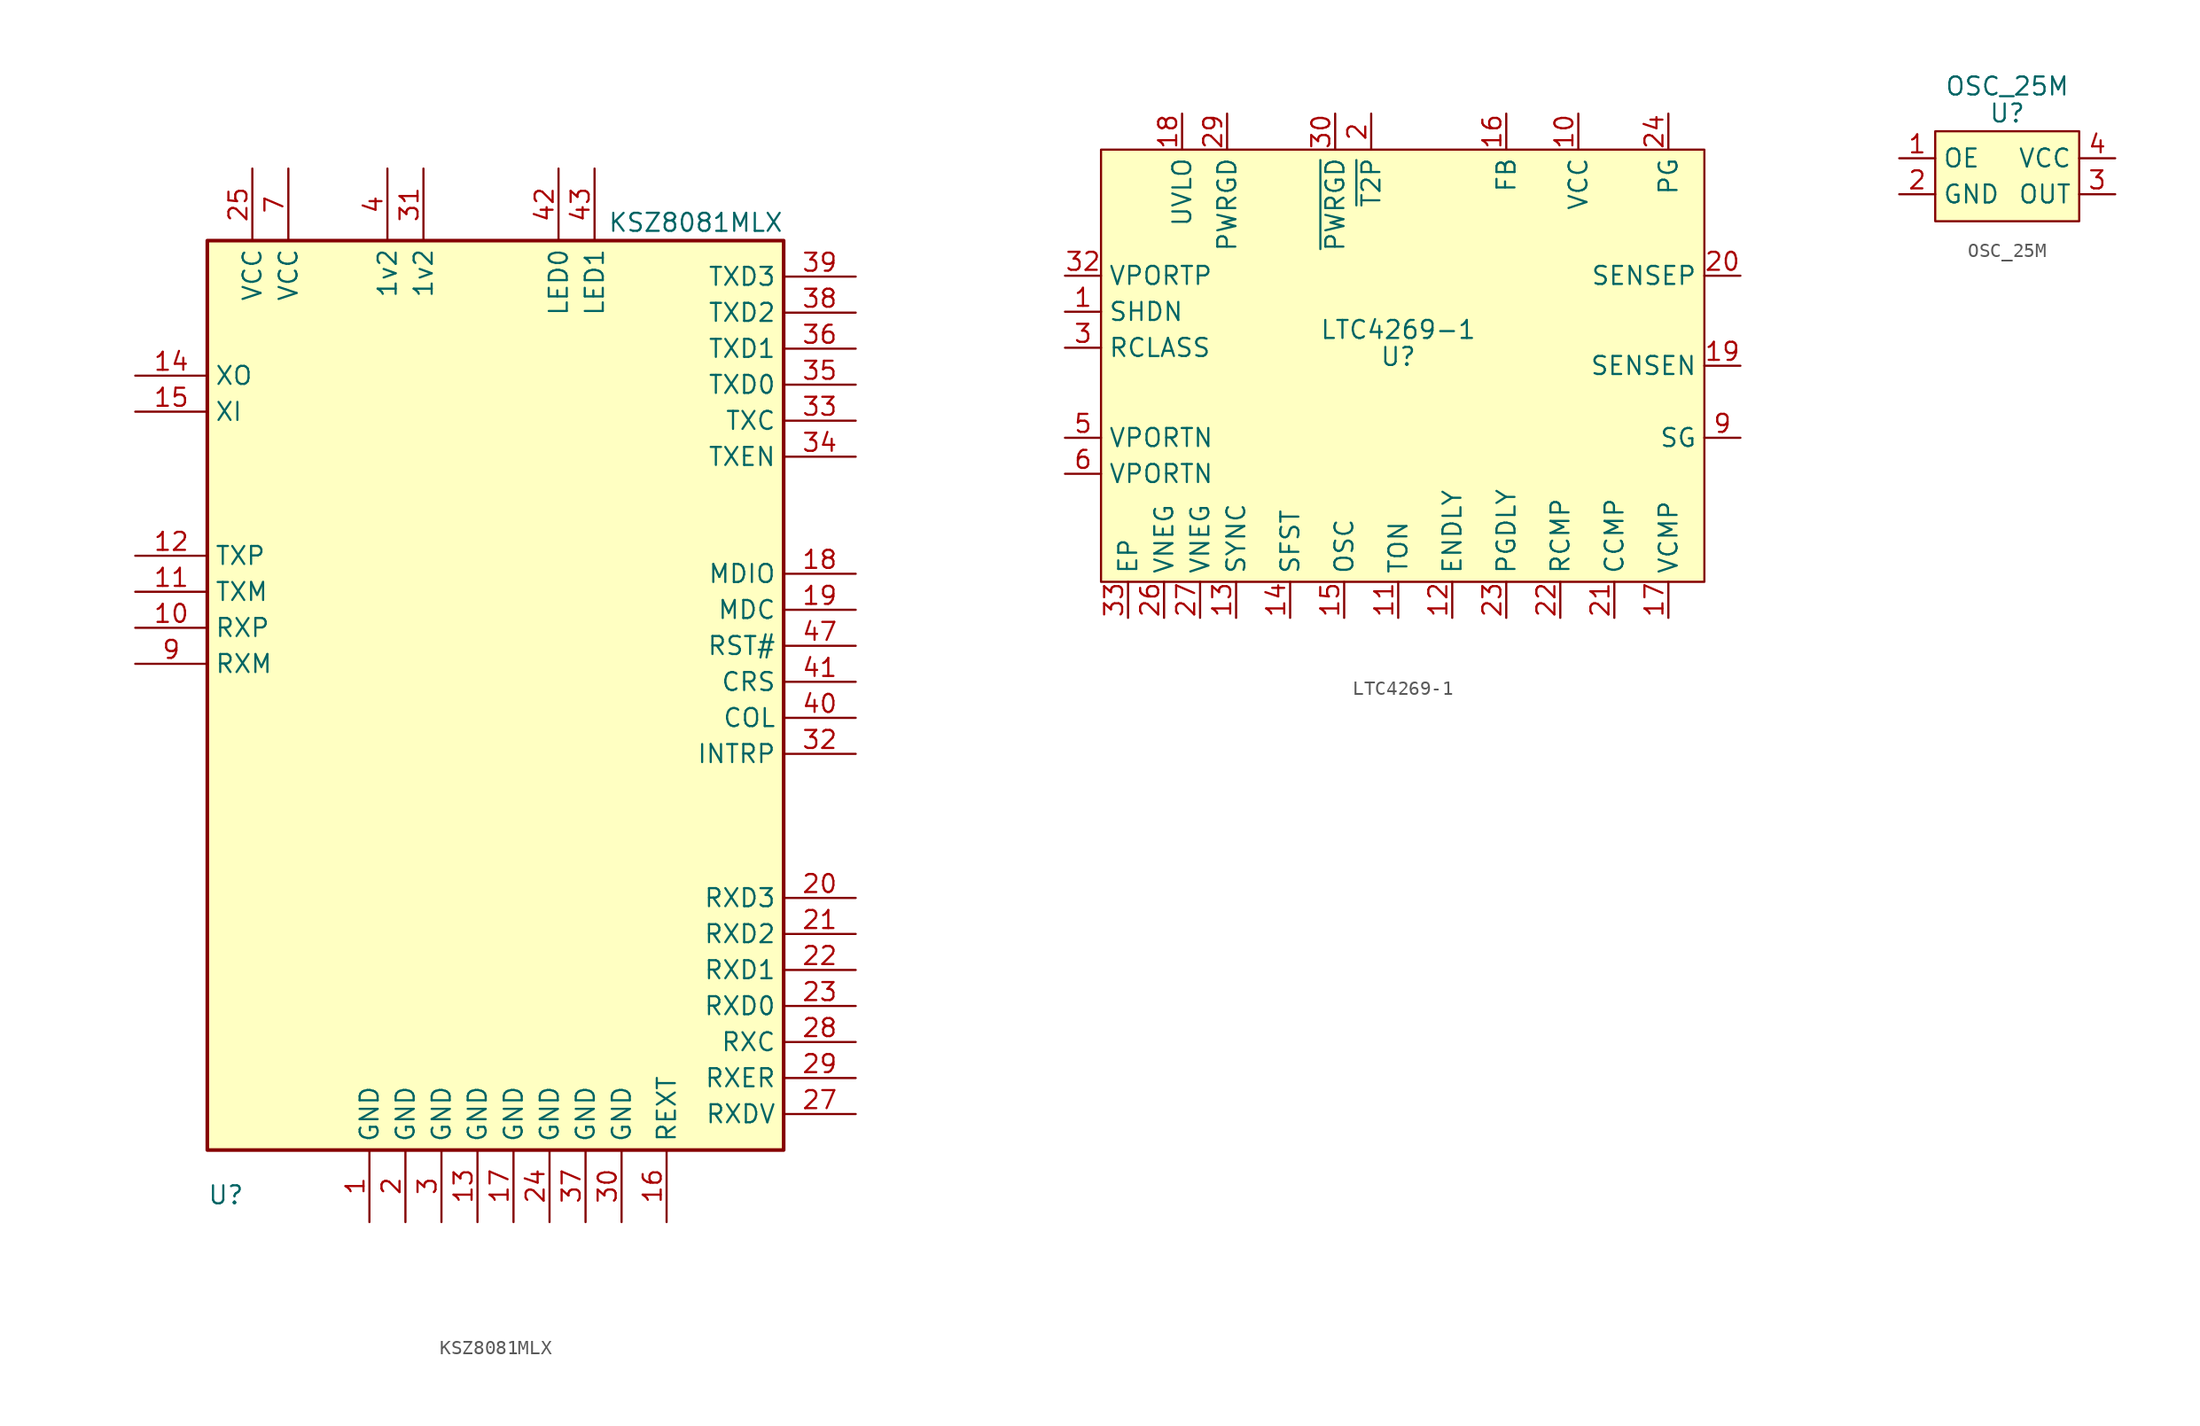
<source format=kicad_sym>
(kicad_symbol_lib
  (version 20200126)
  (host kicad_symbol_editor "5.99.0-unknown-4efed4b~101~ubuntu20.04.1")
  (symbol "h75_poe:KSZ8081MLX"
    (pin_names
      (offset 0.508))
    (property "Reference" "U"
      (at -20.32 -34.29 0)
      (effects (font (size 1.27 1.27)) (justify left)))
    (property "Value" "KSZ8081MLX"
      (at 20.32 34.29 0)
      (effects (font (size 1.27 1.27)) (justify right)))
    (symbol "KSZ8081MLX_0_0"
      (rectangle (start -20.32 33.02) (end 20.32 -31.115) (stroke (width 0.254)) (fill (type background))))
    (symbol "KSZ8081MLX_1_1"
      (pin power_in line (at -8.89 -36.195 90) (length 5.08) (name "GND") (number "1"))
      (pin power_in line (at -6.35 -36.195 90) (length 5.08) (name "GND") (number "2"))
      (pin power_in line (at -3.81 -36.195 90) (length 5.08) (name "GND") (number "3"))
      (pin power_in line (at -7.62 38.1 270) (length 5.08) (name "1v2") (number "4"))
      (pin unconnected line (at -15.24 -24.13 180) (length 5.08) (name "NC") (number "5") hide)
      (pin unconnected line (at -15.24 -21.59 180) (length 5.08) (name "NC") (number "6") hide)
      (pin power_in line (at -14.605 38.1 270) (length 5.08) (name "VCC") (number "7"))
      (pin unconnected line (at -15.24 -19.05 180) (length 5.08) (name "NC") (number "8") hide)
      (pin input line (at -25.4 3.175 0) (length 5.08) (name "RXM") (number "9"))
      (pin input line (at -25.4 5.715 0) (length 5.08) (name "RXP") (number "10"))
      (pin input line (at -25.4 8.255 0) (length 5.08) (name "TXM") (number "11"))
      (pin input line (at -25.4 10.795 0) (length 5.08) (name "TXP") (number "12"))
      (pin power_in line (at -1.27 -36.195 90) (length 5.08) (name "GND") (number "13"))
      (pin input line (at -25.4 23.495 0) (length 5.08) (name "XO") (number "14"))
      (pin input line (at -25.4 20.955 0) (length 5.08) (name "XI") (number "15"))
      (pin input line (at 12.065 -36.195 90) (length 5.08) (name "REXT") (number "16"))
      (pin power_in line (at 1.27 -36.195 90) (length 5.08) (name "GND") (number "17"))
      (pin input line (at 25.4 9.525 180) (length 5.08) (name "MDIO") (number "18"))
      (pin input line (at 25.4 6.985 180) (length 5.08) (name "MDC") (number "19"))
      (pin input line (at 25.4 -13.335 180) (length 5.08) (name "RXD3") (number "20"))
      (pin input line (at 25.4 -15.875 180) (length 5.08) (name "RXD2") (number "21"))
      (pin input line (at 25.4 -18.415 180) (length 5.08) (name "RXD1") (number "22"))
      (pin input line (at 25.4 -20.955 180) (length 5.08) (name "RXD0") (number "23"))
      (pin power_in line (at 3.81 -36.195 90) (length 5.08) (name "GND") (number "24"))
      (pin power_in line (at -17.145 38.1 270) (length 5.08) (name "VCC") (number "25"))
      (pin unconnected line (at -15.24 -16.51 180) (length 5.08) (name "NC") (number "26") hide)
      (pin input line (at 25.4 -28.575 180) (length 5.08) (name "RXDV") (number "27"))
      (pin input line (at 25.4 -23.495 180) (length 5.08) (name "RXC") (number "28"))
      (pin input line (at 25.4 -26.035 180) (length 5.08) (name "RXER") (number "29"))
      (pin power_in line (at 8.89 -36.195 90) (length 5.08) (name "GND") (number "30"))
      (pin power_in line (at -5.08 38.1 270) (length 5.08) (name "1v2") (number "31"))
      (pin input line (at 25.4 -3.175 180) (length 5.08) (name "INTRP") (number "32"))
      (pin input line (at 25.4 20.32 180) (length 5.08) (name "TXC") (number "33"))
      (pin input line (at 25.4 17.78 180) (length 5.08) (name "TXEN") (number "34"))
      (pin input line (at 25.4 22.86 180) (length 5.08) (name "TXD0") (number "35"))
      (pin input line (at 25.4 25.4 180) (length 5.08) (name "TXD1") (number "36"))
      (pin power_in line (at 6.35 -36.195 90) (length 5.08) (name "GND") (number "37"))
      (pin input line (at 25.4 27.94 180) (length 5.08) (name "TXD2") (number "38"))
      (pin input line (at 25.4 30.48 180) (length 5.08) (name "TXD3") (number "39"))
      (pin input line (at 25.4 -0.635 180) (length 5.08) (name "COL") (number "40"))
      (pin input line (at 25.4 1.905 180) (length 5.08) (name "CRS") (number "41"))
      (pin input line (at 4.445 38.1 270) (length 5.08) (name "LED0") (number "42"))
      (pin input line (at 6.985 38.1 270) (length 5.08) (name "LED1") (number "43"))
      (pin unconnected line (at -15.24 -6.35 180) (length 5.08) (name "TEST/NC") (number "44") hide)
      (pin unconnected line (at -15.24 -8.89 180) (length 5.08) (name "NC") (number "45") hide)
      (pin unconnected line (at -15.24 -11.43 180) (length 5.08) (name "NC") (number "46") hide)
      (pin input line (at 25.4 4.445 180) (length 5.08) (name "RST#") (number "47"))
      (pin unconnected line (at -15.24 -13.97 180) (length 5.08) (name "NC") (number "48") hide)))
  (symbol "h75_poe:LTC4269-1"
    (property "Reference" "U"
      (at 0 -1.27 0))
    (property "Value" "LTC4269-1"
      (at 0 0.635 0))
    (symbol "LTC4269-1_0_1"
      (rectangle (start 21.59 13.335) (end -20.955 -17.145) (stroke (width 0.152)) (fill (type background))))
    (symbol "LTC4269-1_0_0"
      (pin unspecified line (at -23.495 1.905 0) (length 2.54) (name "SHDN") (number "1"))
      (pin unspecified line (at -1.905 15.875 270) (length 2.54) (name "~T2P") (number "2"))
      (pin unspecified line (at -23.495 -0.635 0) (length 2.54) (name "RCLASS") (number "3"))
      (pin unconnected line (at 3.175 4.445 0) (length 2.54) (name "NC") (number "4") hide)
      (pin unspecified line (at -23.495 -6.985 0) (length 2.54) (name "VPORTN") (number "5"))
      (pin unspecified line (at -23.495 -9.525 0) (length 2.54) (name "VPORTN") (number "6"))
      (pin unconnected line (at 3.175 1.905 0) (length 2.54) (name "NC") (number "7") hide)
      (pin unconnected line (at 3.175 -0.635 0) (length 2.54) (name "NC") (number "8") hide)
      (pin unspecified line (at 24.13 -6.985 180) (length 2.54) (name "SG") (number "9"))
      (pin unspecified line (at 12.7 15.875 270) (length 2.54) (name "VCC") (number "10"))
      (pin unspecified line (at 0 -19.685 90) (length 2.54) (name "TON") (number "11"))
      (pin unspecified line (at 3.81 -19.685 90) (length 2.54) (name "ENDLY") (number "12"))
      (pin unspecified line (at -11.43 -19.685 90) (length 2.54) (name "SYNC") (number "13"))
      (pin unspecified line (at -7.62 -19.685 90) (length 2.54) (name "SFST") (number "14"))
      (pin unspecified line (at -3.81 -19.685 90) (length 2.54) (name "OSC") (number "15"))
      (pin unspecified line (at 7.62 15.875 270) (length 2.54) (name "FB") (number "16"))
      (pin unspecified line (at 19.05 -19.685 90) (length 2.54) (name "VCMP") (number "17"))
      (pin unspecified line (at -15.24 15.875 270) (length 2.54) (name "UVLO") (number "18"))
      (pin unspecified line (at 24.13 -1.905 180) (length 2.54) (name "SENSEN") (number "19"))
      (pin unspecified line (at 24.13 4.445 180) (length 2.54) (name "SENSEP") (number "20"))
      (pin unspecified line (at 15.24 -19.685 90) (length 2.54) (name "CCMP") (number "21"))
      (pin unspecified line (at 11.43 -19.685 90) (length 2.54) (name "RCMP") (number "22"))
      (pin unspecified line (at 7.62 -19.685 90) (length 2.54) (name "PGDLY") (number "23"))
      (pin unspecified line (at 19.05 15.875 270) (length 2.54) (name "PG") (number "24"))
      (pin unconnected line (at 3.175 -3.175 0) (length 2.54) (name "NC") (number "25") hide)
      (pin unspecified line (at -16.51 -19.685 90) (length 2.54) (name "VNEG") (number "26"))
      (pin unspecified line (at -13.97 -19.685 90) (length 2.54) (name "VNEG") (number "27"))
      (pin unconnected line (at 3.175 -5.715 0) (length 2.54) (name "NC") (number "28") hide)
      (pin unspecified line (at -12.065 15.875 270) (length 2.54) (name "PWRGD") (number "29"))
      (pin unspecified line (at -4.445 15.875 270) (length 2.54) (name "~PWRGD") (number "30"))
      (pin unconnected line (at 3.175 -8.255 0) (length 2.54) (name "NC") (number "31") hide)
      (pin unspecified line (at -23.495 4.445 0) (length 2.54) (name "VPORTP") (number "32"))
      (pin unspecified line (at -19.05 -19.685 90) (length 2.54) (name "EP") (number "33"))))
  (symbol "h75_poe:OSC_25M"
    (property "Reference" "U"
      (at 0 1.27 0))
    (property "Value" "OSC_25M"
      (at 0 3.175 0))
    (symbol "OSC_25M_0_1"
      (rectangle (start 5.08 0) (end -5.08 -6.35) (stroke (width 0.152)) (fill (type background))))
    (symbol "OSC_25M_0_0"
      (pin unspecified line (at -7.62 -1.905 0) (length 2.54) (name "OE") (number "1"))
      (pin unspecified line (at -7.62 -4.445 0) (length 2.54) (name "GND") (number "2"))
      (pin unspecified line (at 7.62 -4.445 180) (length 2.54) (name "OUT") (number "3"))
      (pin unspecified line (at 7.62 -1.905 180) (length 2.54) (name "VCC") (number "4")))))
</source>
